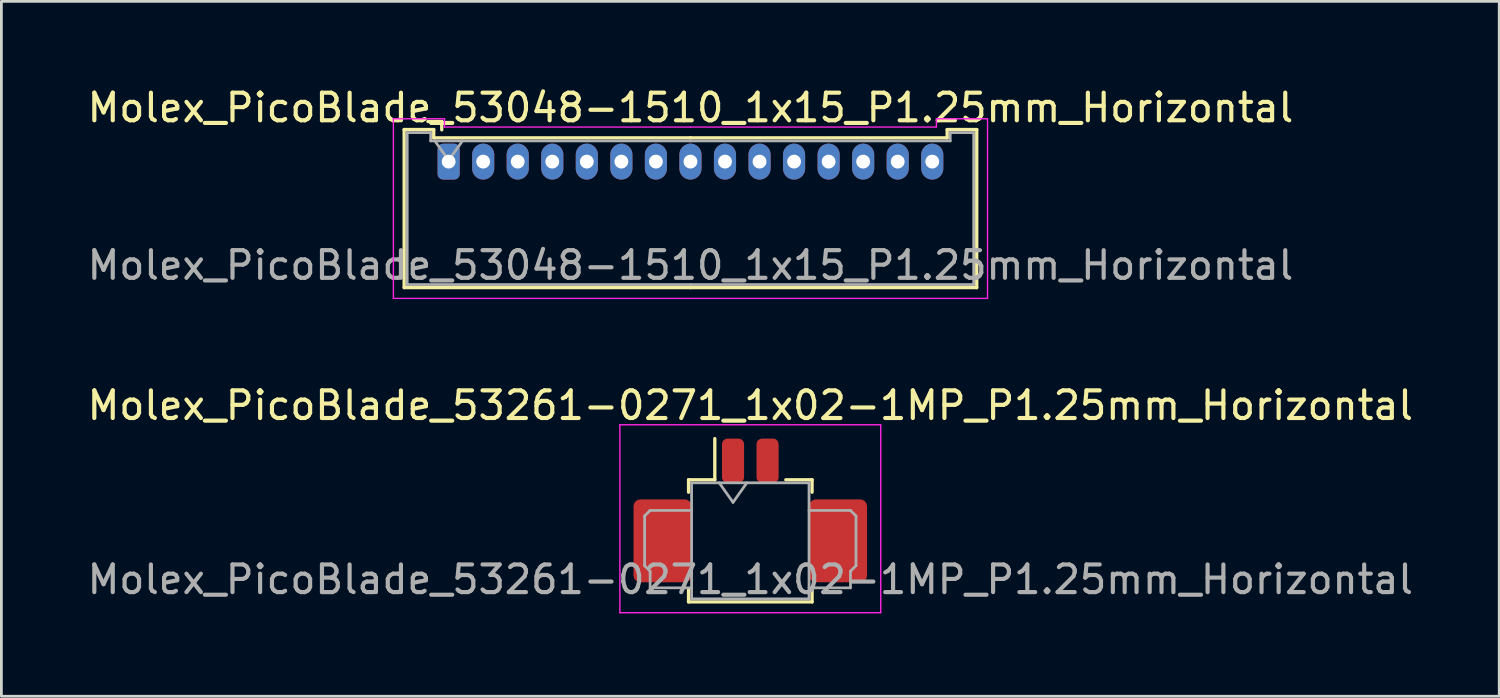
<source format=kicad_pcb>
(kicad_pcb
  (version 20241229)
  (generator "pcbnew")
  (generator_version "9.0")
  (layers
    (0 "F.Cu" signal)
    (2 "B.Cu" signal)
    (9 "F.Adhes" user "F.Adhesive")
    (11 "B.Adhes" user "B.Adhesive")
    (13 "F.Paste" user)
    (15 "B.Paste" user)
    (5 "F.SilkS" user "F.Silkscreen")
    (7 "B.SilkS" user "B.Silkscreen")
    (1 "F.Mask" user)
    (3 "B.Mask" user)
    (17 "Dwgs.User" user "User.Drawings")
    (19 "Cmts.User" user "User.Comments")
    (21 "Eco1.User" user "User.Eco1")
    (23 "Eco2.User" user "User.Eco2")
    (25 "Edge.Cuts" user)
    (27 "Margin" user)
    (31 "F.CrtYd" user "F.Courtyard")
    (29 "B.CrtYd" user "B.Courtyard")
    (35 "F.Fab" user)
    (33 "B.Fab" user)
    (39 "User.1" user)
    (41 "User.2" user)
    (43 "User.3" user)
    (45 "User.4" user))
  (footprint "Molex_PicoBlade_53048-1510_1x15_P1.25mm_Horizontal"
    (layer "F.Cu")
    (at 13.185 2.798)
    (property "Reference" "Molex_PicoBlade_53048-1510_1x15_P1.25mm_Horizontal" (at 8.75 -1.95 0) (layer "F.SilkS") (effects (font (size 1 1) (thickness 0.15))))
    (attr through_hole)
    (fp_line (start -1.61 -1.16) (end -1.61 4.56) (stroke (width 0.12) (type solid)) (layer "F.SilkS"))
    (fp_line (start -1.61 4.56) (end 8.75 4.56) (stroke (width 0.12) (type solid)) (layer "F.SilkS"))
    (fp_line (start -0.54 -1.16) (end -1.61 -1.16) (stroke (width 0.12) (type solid)) (layer "F.SilkS"))
    (fp_line (start -0.54 -0.86) (end -0.54 -1.16) (stroke (width 0.12) (type solid)) (layer "F.SilkS"))
    (fp_line (start -0.25 -1.45) (end -0.75 -1.45) (stroke (width 0.12) (type solid)) (layer "F.SilkS"))
    (fp_line (start -0.25 -1.15) (end -0.25 -1.45) (stroke (width 0.12) (type solid)) (layer "F.SilkS"))
    (fp_line (start 8.75 -0.86) (end -0.54 -0.86) (stroke (width 0.12) (type solid)) (layer "F.SilkS"))
    (fp_line (start 8.75 -0.86) (end 18.04 -0.86) (stroke (width 0.12) (type solid)) (layer "F.SilkS"))
    (fp_line (start 18.04 -1.16) (end 19.11 -1.16) (stroke (width 0.12) (type solid)) (layer "F.SilkS"))
    (fp_line (start 18.04 -0.86) (end 18.04 -1.16) (stroke (width 0.12) (type solid)) (layer "F.SilkS"))
    (fp_line (start 19.11 -1.16) (end 19.11 4.56) (stroke (width 0.12) (type solid)) (layer "F.SilkS"))
    (fp_line (start 19.11 4.56) (end 8.75 4.56) (stroke (width 0.12) (type solid)) (layer "F.SilkS"))
    (fp_line (start -2 -1.55) (end -2 4.95) (stroke (width 0.05) (type solid)) (layer "F.CrtYd"))
    (fp_line (start -2 4.95) (end 8.75 4.95) (stroke (width 0.05) (type solid)) (layer "F.CrtYd"))
    (fp_line (start -0.15 -1.55) (end -2 -1.55) (stroke (width 0.05) (type solid)) (layer "F.CrtYd"))
    (fp_line (start -0.15 -1.25) (end -0.15 -1.55) (stroke (width 0.05) (type solid)) (layer "F.CrtYd"))
    (fp_line (start 8.75 -1.25) (end -0.15 -1.25) (stroke (width 0.05) (type solid)) (layer "F.CrtYd"))
    (fp_line (start 8.75 -1.25) (end 17.65 -1.25) (stroke (width 0.05) (type solid)) (layer "F.CrtYd"))
    (fp_line (start 17.65 -1.55) (end 19.5 -1.55) (stroke (width 0.05) (type solid)) (layer "F.CrtYd"))
    (fp_line (start 17.65 -1.25) (end 17.65 -1.55) (stroke (width 0.05) (type solid)) (layer "F.CrtYd"))
    (fp_line (start 19.5 -1.55) (end 19.5 4.95) (stroke (width 0.05) (type solid)) (layer "F.CrtYd"))
    (fp_line (start 19.5 4.95) (end 8.75 4.95) (stroke (width 0.05) (type solid)) (layer "F.CrtYd"))
    (fp_line (start -1.5 -1.05) (end -1.5 4.45) (stroke (width 0.1) (type solid)) (layer "F.Fab"))
    (fp_line (start -1.5 4.45) (end 8.75 4.45) (stroke (width 0.1) (type solid)) (layer "F.Fab"))
    (fp_line (start -0.65 -1.05) (end -1.5 -1.05) (stroke (width 0.1) (type solid)) (layer "F.Fab"))
    (fp_line (start -0.65 -0.75) (end -0.65 -1.05) (stroke (width 0.1) (type solid)) (layer "F.Fab"))
    (fp_line (start -0.5 -0.75) (end 0 -0.043) (stroke (width 0.1) (type solid)) (layer "F.Fab"))
    (fp_line (start 0 -0.043) (end 0.5 -0.75) (stroke (width 0.1) (type solid)) (layer "F.Fab"))
    (fp_line (start 8.75 -0.75) (end -0.65 -0.75) (stroke (width 0.1) (type solid)) (layer "F.Fab"))
    (fp_line (start 8.75 -0.75) (end 18.15 -0.75) (stroke (width 0.1) (type solid)) (layer "F.Fab"))
    (fp_line (start 18.15 -1.05) (end 19 -1.05) (stroke (width 0.1) (type solid)) (layer "F.Fab"))
    (fp_line (start 18.15 -0.75) (end 18.15 -1.05) (stroke (width 0.1) (type solid)) (layer "F.Fab"))
    (fp_line (start 19 -1.05) (end 19 4.45) (stroke (width 0.1) (type solid)) (layer "F.Fab"))
    (fp_line (start 19 4.45) (end 8.75 4.45) (stroke (width 0.1) (type solid)) (layer "F.Fab"))
    (fp_text user "${REFERENCE}" (at 8.75 3.75 0) (layer "F.Fab") (effects (font (size 1 1) (thickness 0.15))))
    (pad "1" thru_hole roundrect (at 0 0) (size 0.8 1.3) (drill 0.5) (layers "*.Cu" "*.Mask") (roundrect_rratio 0.25))
    (pad "2" thru_hole oval (at 1.25 0) (size 0.8 1.3) (drill 0.5) (layers "*.Cu" "*.Mask"))
    (pad "3" thru_hole oval (at 2.5 0) (size 0.8 1.3) (drill 0.5) (layers "*.Cu" "*.Mask"))
    (pad "4" thru_hole oval (at 3.75 0) (size 0.8 1.3) (drill 0.5) (layers "*.Cu" "*.Mask"))
    (pad "5" thru_hole oval (at 5 0) (size 0.8 1.3) (drill 0.5) (layers "*.Cu" "*.Mask"))
    (pad "6" thru_hole oval (at 6.25 0) (size 0.8 1.3) (drill 0.5) (layers "*.Cu" "*.Mask"))
    (pad "7" thru_hole oval (at 7.5 0) (size 0.8 1.3) (drill 0.5) (layers "*.Cu" "*.Mask"))
    (pad "8" thru_hole oval (at 8.75 0) (size 0.8 1.3) (drill 0.5) (layers "*.Cu" "*.Mask"))
    (pad "9" thru_hole oval (at 10 0) (size 0.8 1.3) (drill 0.5) (layers "*.Cu" "*.Mask"))
    (pad "10" thru_hole oval (at 11.25 0) (size 0.8 1.3) (drill 0.5) (layers "*.Cu" "*.Mask"))
    (pad "11" thru_hole oval (at 12.5 0) (size 0.8 1.3) (drill 0.5) (layers "*.Cu" "*.Mask"))
    (pad "12" thru_hole oval (at 13.75 0) (size 0.8 1.3) (drill 0.5) (layers "*.Cu" "*.Mask"))
    (pad "13" thru_hole oval (at 15 0) (size 0.8 1.3) (drill 0.5) (layers "*.Cu" "*.Mask"))
    (pad "14" thru_hole oval (at 16.25 0) (size 0.8 1.3) (drill 0.5) (layers "*.Cu" "*.Mask"))
    (pad "15" thru_hole oval (at 17.5 0) (size 0.8 1.3) (drill 0.5) (layers "*.Cu" "*.Mask")))
  (footprint "Molex_PicoBlade_53261-0271_1x02-1MP_P1.25mm_Horizontal"
    (layer "F.Cu")
    (at 24.101 16.021)
    (property "Reference" "Molex_PicoBlade_53261-0271_1x02-1MP_P1.25mm_Horizontal" (at 0 -4.4 0) (layer "F.SilkS") (effects (font (size 1 1) (thickness 0.15))))
    (attr smd)
    (fp_line (start -2.235 -1.71) (end -1.285 -1.71) (stroke (width 0.12) (type solid)) (layer "F.SilkS"))
    (fp_line (start -2.235 -1.26) (end -2.235 -1.71) (stroke (width 0.12) (type solid)) (layer "F.SilkS"))
    (fp_line (start -2.235 2.26) (end -2.235 2.71) (stroke (width 0.12) (type solid)) (layer "F.SilkS"))
    (fp_line (start -2.235 2.71) (end 2.235 2.71) (stroke (width 0.12) (type solid)) (layer "F.SilkS"))
    (fp_line (start -1.285 -1.71) (end -1.285 -3.2) (stroke (width 0.12) (type solid)) (layer "F.SilkS"))
    (fp_line (start 2.235 -1.71) (end 1.285 -1.71) (stroke (width 0.12) (type solid)) (layer "F.SilkS"))
    (fp_line (start 2.235 -1.26) (end 2.235 -1.71) (stroke (width 0.12) (type solid)) (layer "F.SilkS"))
    (fp_line (start 2.235 2.71) (end 2.235 2.26) (stroke (width 0.12) (type solid)) (layer "F.SilkS"))
    (fp_line (start -4.72 -3.7) (end -4.72 3.1) (stroke (width 0.05) (type solid)) (layer "F.CrtYd"))
    (fp_line (start -4.72 3.1) (end 4.72 3.1) (stroke (width 0.05) (type solid)) (layer "F.CrtYd"))
    (fp_line (start 4.72 -3.7) (end -4.72 -3.7) (stroke (width 0.05) (type solid)) (layer "F.CrtYd"))
    (fp_line (start 4.72 3.1) (end 4.72 -3.7) (stroke (width 0.05) (type solid)) (layer "F.CrtYd"))
    (fp_line (start -3.825 -0.4) (end -3.825 1.4) (stroke (width 0.1) (type solid)) (layer "F.Fab"))
    (fp_line (start -3.825 1.4) (end -3.625 1.6) (stroke (width 0.1) (type solid)) (layer "F.Fab"))
    (fp_line (start -3.625 -0.6) (end -3.825 -0.4) (stroke (width 0.1) (type solid)) (layer "F.Fab"))
    (fp_line (start -3.625 1.6) (end -3.625 2.2) (stroke (width 0.1) (type solid)) (layer "F.Fab"))
    (fp_line (start -3.625 2.2) (end -2.125 2.2) (stroke (width 0.1) (type solid)) (layer "F.Fab"))
    (fp_line (start -2.125 -1.6) (end -2.125 2.6) (stroke (width 0.1) (type solid)) (layer "F.Fab"))
    (fp_line (start -2.125 -1.6) (end 2.125 -1.6) (stroke (width 0.1) (type solid)) (layer "F.Fab"))
    (fp_line (start -2.125 -0.6) (end -3.625 -0.6) (stroke (width 0.1) (type solid)) (layer "F.Fab"))
    (fp_line (start -2.125 2.6) (end 2.125 2.6) (stroke (width 0.1) (type solid)) (layer "F.Fab"))
    (fp_line (start -1.125 -1.6) (end -0.625 -0.893) (stroke (width 0.1) (type solid)) (layer "F.Fab"))
    (fp_line (start -0.625 -0.893) (end -0.125 -1.6) (stroke (width 0.1) (type solid)) (layer "F.Fab"))
    (fp_line (start 2.125 -1.6) (end 2.125 2.6) (stroke (width 0.1) (type solid)) (layer "F.Fab"))
    (fp_line (start 2.125 -0.6) (end 3.625 -0.6) (stroke (width 0.1) (type solid)) (layer "F.Fab"))
    (fp_line (start 3.625 -0.6) (end 3.825 -0.4) (stroke (width 0.1) (type solid)) (layer "F.Fab"))
    (fp_line (start 3.625 1.6) (end 3.625 2.2) (stroke (width 0.1) (type solid)) (layer "F.Fab"))
    (fp_line (start 3.625 2.2) (end 2.125 2.2) (stroke (width 0.1) (type solid)) (layer "F.Fab"))
    (fp_line (start 3.825 -0.4) (end 3.825 1.4) (stroke (width 0.1) (type solid)) (layer "F.Fab"))
    (fp_line (start 3.825 1.4) (end 3.625 1.6) (stroke (width 0.1) (type solid)) (layer "F.Fab"))
    (fp_text user "${REFERENCE}" (at 0 1.9 0) (layer "F.Fab") (effects (font (size 1 1) (thickness 0.15))))
    (pad "1" smd roundrect (at -0.625 -2.4) (size 0.8 1.6) (layers "F.Cu" "F.Mask" "F.Paste") (roundrect_rratio 0.25))
    (pad "2" smd roundrect (at 0.625 -2.4) (size 0.8 1.6) (layers "F.Cu" "F.Mask" "F.Paste") (roundrect_rratio 0.25))
    (pad "MP" smd roundrect (at -3.175 0.5) (size 2.1 3) (layers "F.Cu" "F.Mask" "F.Paste") (roundrect_rratio 0.119))
    (pad "MP" smd roundrect (at 3.175 0.5) (size 2.1 3) (layers "F.Cu" "F.Mask" "F.Paste") (roundrect_rratio 0.119)))
  (gr_rect
    (start -3 -3)
    (end 51.202 22.146)
    (stroke (width 0.1) (type default))
    (fill no)
    (layer "Edge.Cuts")))
</source>
